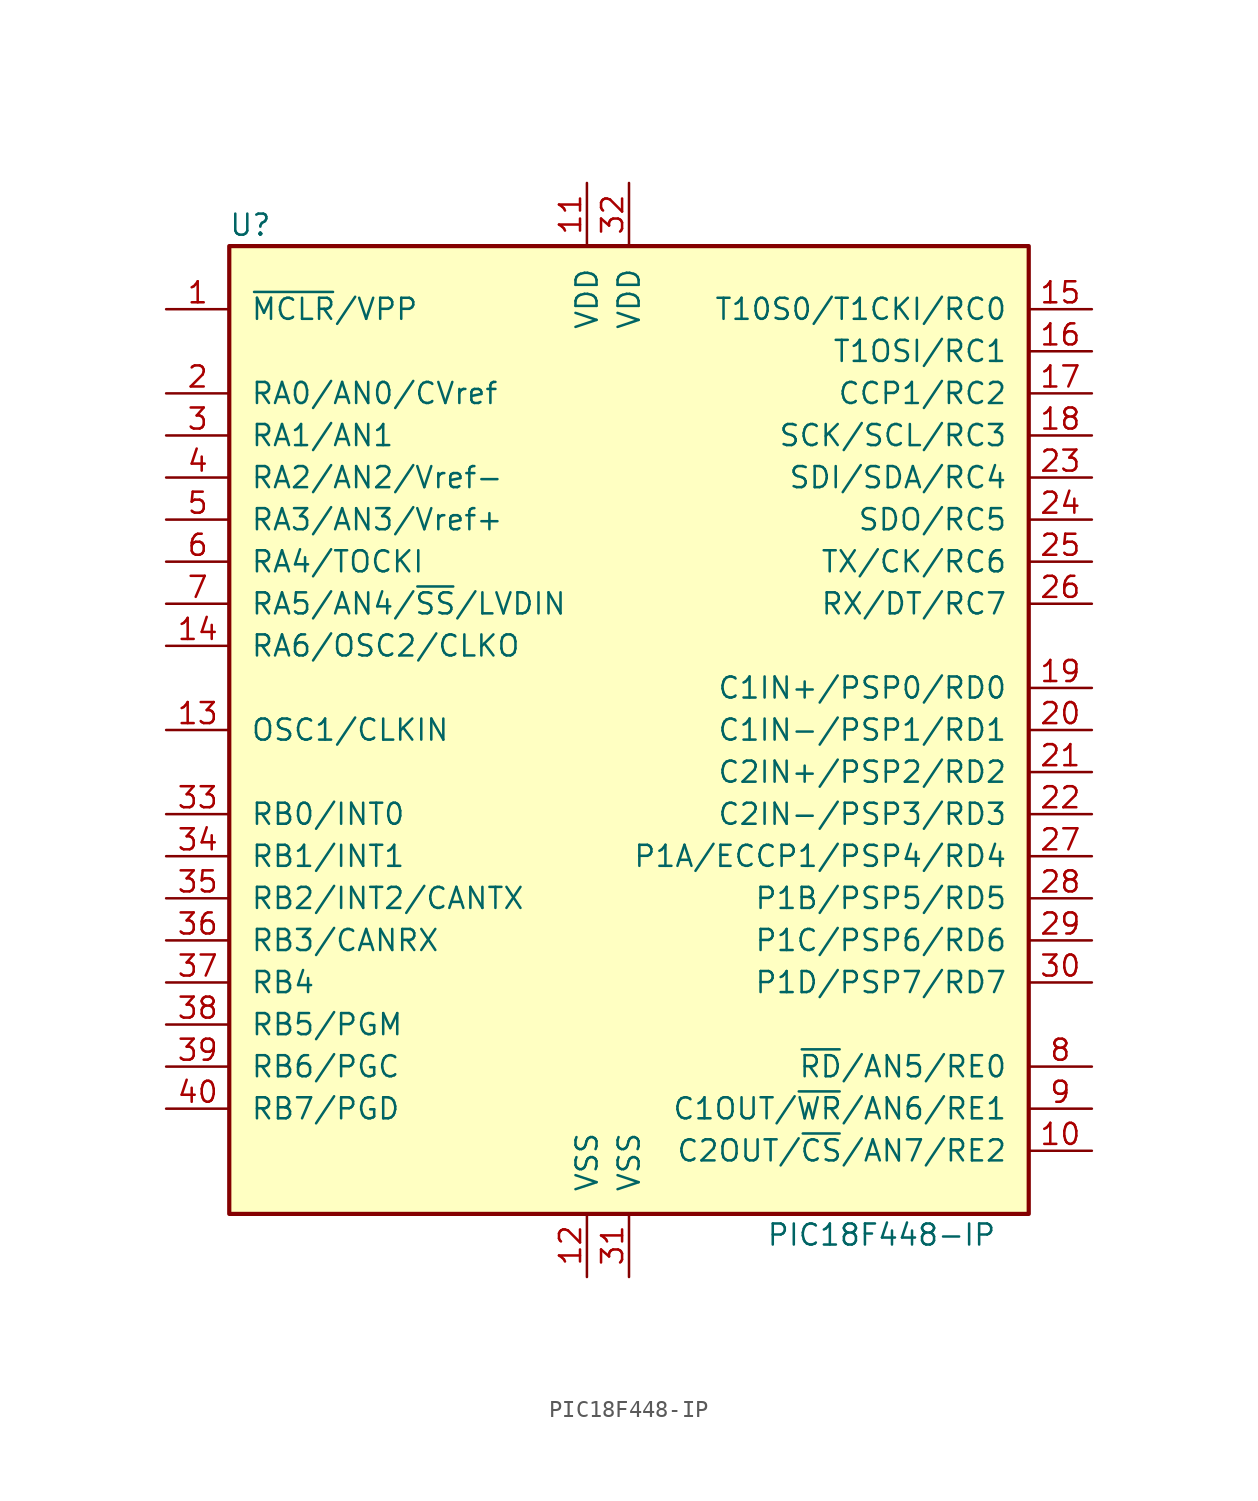
<source format=kicad_sym>
(kicad_symbol_lib
  (version 20231120)
  (generator "kicad_symbol_editor")
  (generator_version "8.0")
  (symbol "PIC18F448-IP"
    (pin_names
      (offset 1.27))
    (property "Reference" "U"
      (at -22.86 30.48 0)
      (effects (font (size 1.27 1.27))))
    (property "Value" "PIC18F448-IP"
      (at 15.24 -30.48 0)
      (effects (font (size 1.27 1.27))))
    (symbol "PIC18F448-IP_0_1"
      (rectangle (start -24.13 -29.21) (end 24.13 29.21) (stroke (width 0.254) (type default)) (fill (type background))))
    (symbol "PIC18F448-IP_1_1"
      (pin input line (at -27.94 25.4 0) (length 3.81) (name "~{MCLR}/VPP" (effects (font (size 1.27 1.27)))) (number "1" (effects (font (size 1.27 1.27)))))
      (pin bidirectional line (at 27.94 -25.4 180) (length 3.81) (name "C2OUT/~{CS}/AN7/RE2" (effects (font (size 1.27 1.27)))) (number "10" (effects (font (size 1.27 1.27)))))
      (pin power_in line (at -2.54 33.02 270) (length 3.81) (name "VDD" (effects (font (size 1.27 1.27)))) (number "11" (effects (font (size 1.27 1.27)))))
      (pin power_in line (at -2.54 -33.02 90) (length 3.81) (name "VSS" (effects (font (size 1.27 1.27)))) (number "12" (effects (font (size 1.27 1.27)))))
      (pin input line (at -27.94 0 0) (length 3.81) (name "OSC1/CLKIN" (effects (font (size 1.27 1.27)))) (number "13" (effects (font (size 1.27 1.27)))))
      (pin output line (at -27.94 5.08 0) (length 3.81) (name "RA6/OSC2/CLKO" (effects (font (size 1.27 1.27)))) (number "14" (effects (font (size 1.27 1.27)))))
      (pin bidirectional line (at 27.94 25.4 180) (length 3.81) (name "T10S0/T1CKI/RC0" (effects (font (size 1.27 1.27)))) (number "15" (effects (font (size 1.27 1.27)))))
      (pin bidirectional line (at 27.94 22.86 180) (length 3.81) (name "T1OSI/RC1" (effects (font (size 1.27 1.27)))) (number "16" (effects (font (size 1.27 1.27)))))
      (pin bidirectional line (at 27.94 20.32 180) (length 3.81) (name "CCP1/RC2" (effects (font (size 1.27 1.27)))) (number "17" (effects (font (size 1.27 1.27)))))
      (pin bidirectional line (at 27.94 17.78 180) (length 3.81) (name "SCK/SCL/RC3" (effects (font (size 1.27 1.27)))) (number "18" (effects (font (size 1.27 1.27)))))
      (pin bidirectional line (at 27.94 2.54 180) (length 3.81) (name "C1IN+/PSP0/RD0" (effects (font (size 1.27 1.27)))) (number "19" (effects (font (size 1.27 1.27)))))
      (pin bidirectional line (at -27.94 20.32 0) (length 3.81) (name "RA0/AN0/CVref" (effects (font (size 1.27 1.27)))) (number "2" (effects (font (size 1.27 1.27)))))
      (pin bidirectional line (at 27.94 0 180) (length 3.81) (name "C1IN-/PSP1/RD1" (effects (font (size 1.27 1.27)))) (number "20" (effects (font (size 1.27 1.27)))))
      (pin bidirectional line (at 27.94 -2.54 180) (length 3.81) (name "C2IN+/PSP2/RD2" (effects (font (size 1.27 1.27)))) (number "21" (effects (font (size 1.27 1.27)))))
      (pin bidirectional line (at 27.94 -5.08 180) (length 3.81) (name "C2IN-/PSP3/RD3" (effects (font (size 1.27 1.27)))) (number "22" (effects (font (size 1.27 1.27)))))
      (pin bidirectional line (at 27.94 15.24 180) (length 3.81) (name "SDI/SDA/RC4" (effects (font (size 1.27 1.27)))) (number "23" (effects (font (size 1.27 1.27)))))
      (pin bidirectional line (at 27.94 12.7 180) (length 3.81) (name "SDO/RC5" (effects (font (size 1.27 1.27)))) (number "24" (effects (font (size 1.27 1.27)))))
      (pin bidirectional line (at 27.94 10.16 180) (length 3.81) (name "TX/CK/RC6" (effects (font (size 1.27 1.27)))) (number "25" (effects (font (size 1.27 1.27)))))
      (pin bidirectional line (at 27.94 7.62 180) (length 3.81) (name "RX/DT/RC7" (effects (font (size 1.27 1.27)))) (number "26" (effects (font (size 1.27 1.27)))))
      (pin bidirectional line (at 27.94 -7.62 180) (length 3.81) (name "P1A/ECCP1/PSP4/RD4" (effects (font (size 1.27 1.27)))) (number "27" (effects (font (size 1.27 1.27)))))
      (pin bidirectional line (at 27.94 -10.16 180) (length 3.81) (name "P1B/PSP5/RD5" (effects (font (size 1.27 1.27)))) (number "28" (effects (font (size 1.27 1.27)))))
      (pin bidirectional line (at 27.94 -12.7 180) (length 3.81) (name "P1C/PSP6/RD6" (effects (font (size 1.27 1.27)))) (number "29" (effects (font (size 1.27 1.27)))))
      (pin bidirectional line (at -27.94 17.78 0) (length 3.81) (name "RA1/AN1" (effects (font (size 1.27 1.27)))) (number "3" (effects (font (size 1.27 1.27)))))
      (pin bidirectional line (at 27.94 -15.24 180) (length 3.81) (name "P1D/PSP7/RD7" (effects (font (size 1.27 1.27)))) (number "30" (effects (font (size 1.27 1.27)))))
      (pin power_in line (at 0 -33.02 90) (length 3.81) (name "VSS" (effects (font (size 1.27 1.27)))) (number "31" (effects (font (size 1.27 1.27)))))
      (pin power_in line (at 0 33.02 270) (length 3.81) (name "VDD" (effects (font (size 1.27 1.27)))) (number "32" (effects (font (size 1.27 1.27)))))
      (pin bidirectional line (at -27.94 -5.08 0) (length 3.81) (name "RB0/INT0" (effects (font (size 1.27 1.27)))) (number "33" (effects (font (size 1.27 1.27)))))
      (pin bidirectional line (at -27.94 -7.62 0) (length 3.81) (name "RB1/INT1" (effects (font (size 1.27 1.27)))) (number "34" (effects (font (size 1.27 1.27)))))
      (pin bidirectional line (at -27.94 -10.16 0) (length 3.81) (name "RB2/INT2/CANTX" (effects (font (size 1.27 1.27)))) (number "35" (effects (font (size 1.27 1.27)))))
      (pin bidirectional line (at -27.94 -12.7 0) (length 3.81) (name "RB3/CANRX" (effects (font (size 1.27 1.27)))) (number "36" (effects (font (size 1.27 1.27)))))
      (pin bidirectional line (at -27.94 -15.24 0) (length 3.81) (name "RB4" (effects (font (size 1.27 1.27)))) (number "37" (effects (font (size 1.27 1.27)))))
      (pin bidirectional line (at -27.94 -17.78 0) (length 3.81) (name "RB5/PGM" (effects (font (size 1.27 1.27)))) (number "38" (effects (font (size 1.27 1.27)))))
      (pin bidirectional line (at -27.94 -20.32 0) (length 3.81) (name "RB6/PGC" (effects (font (size 1.27 1.27)))) (number "39" (effects (font (size 1.27 1.27)))))
      (pin bidirectional line (at -27.94 15.24 0) (length 3.81) (name "RA2/AN2/Vref-" (effects (font (size 1.27 1.27)))) (number "4" (effects (font (size 1.27 1.27)))))
      (pin bidirectional line (at -27.94 -22.86 0) (length 3.81) (name "RB7/PGD" (effects (font (size 1.27 1.27)))) (number "40" (effects (font (size 1.27 1.27)))))
      (pin bidirectional line (at -27.94 12.7 0) (length 3.81) (name "RA3/AN3/Vref+" (effects (font (size 1.27 1.27)))) (number "5" (effects (font (size 1.27 1.27)))))
      (pin bidirectional line (at -27.94 10.16 0) (length 3.81) (name "RA4/TOCKI" (effects (font (size 1.27 1.27)))) (number "6" (effects (font (size 1.27 1.27)))))
      (pin bidirectional line (at -27.94 7.62 0) (length 3.81) (name "RA5/AN4/~{SS}/LVDIN" (effects (font (size 1.27 1.27)))) (number "7" (effects (font (size 1.27 1.27)))))
      (pin bidirectional line (at 27.94 -20.32 180) (length 3.81) (name "~{RD}/AN5/RE0" (effects (font (size 1.27 1.27)))) (number "8" (effects (font (size 1.27 1.27)))))
      (pin bidirectional line (at 27.94 -22.86 180) (length 3.81) (name "C1OUT/~{WR}/AN6/RE1" (effects (font (size 1.27 1.27)))) (number "9" (effects (font (size 1.27 1.27))))))))
</source>
